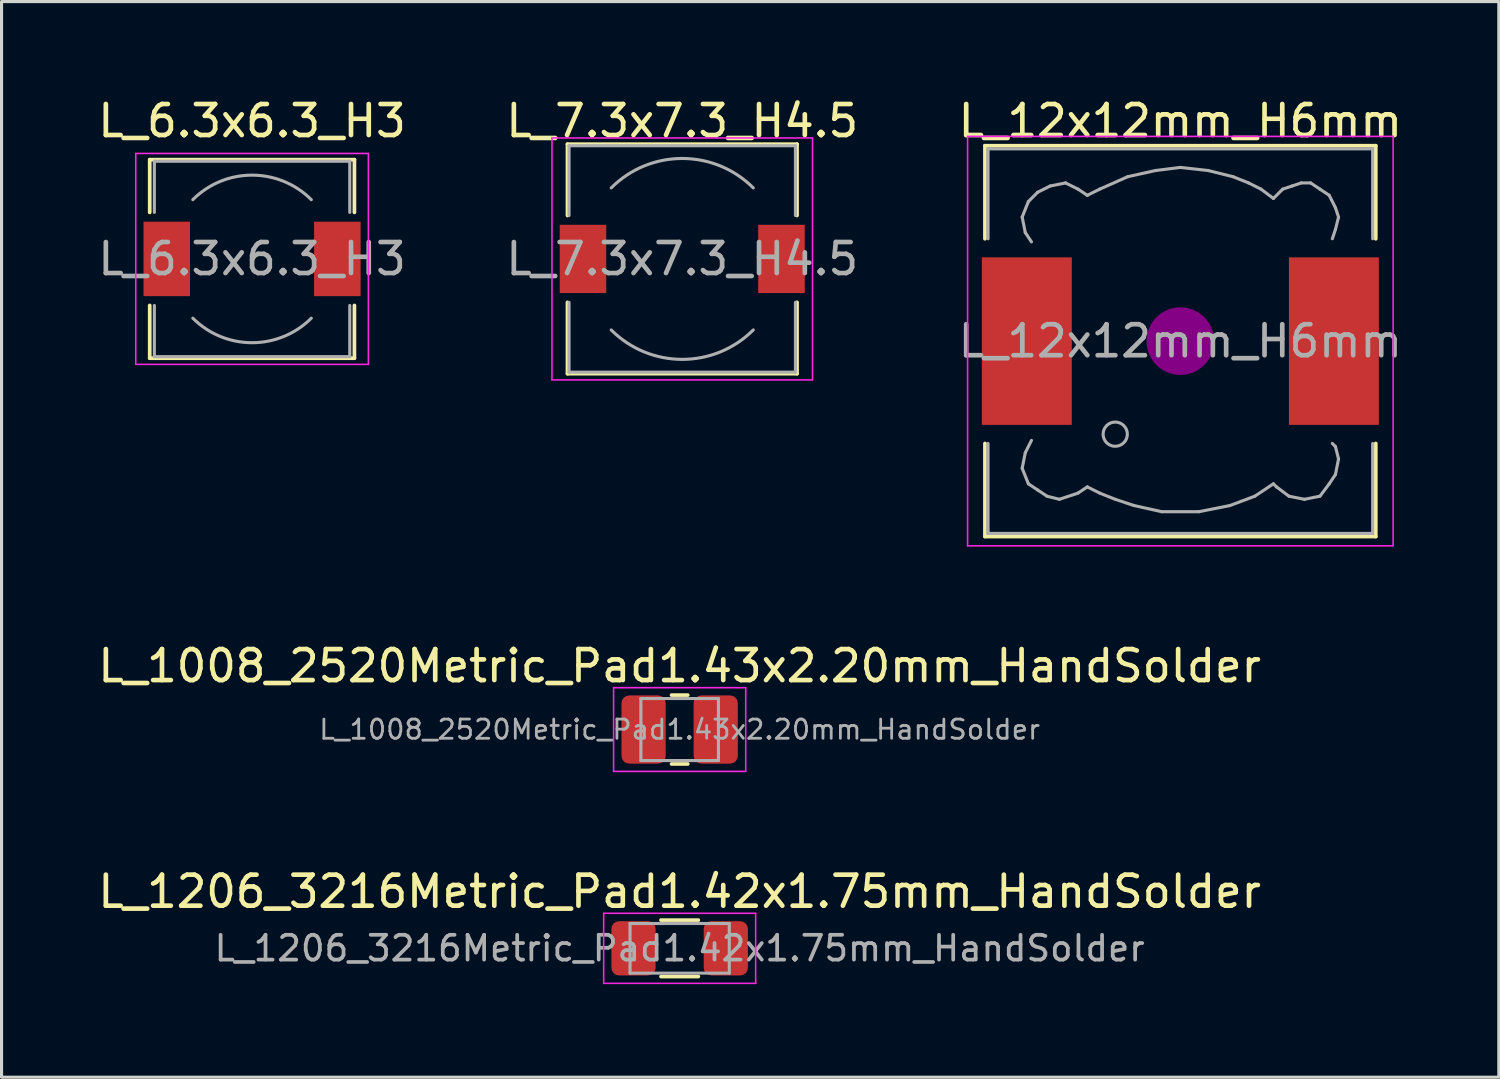
<source format=kicad_pcb>
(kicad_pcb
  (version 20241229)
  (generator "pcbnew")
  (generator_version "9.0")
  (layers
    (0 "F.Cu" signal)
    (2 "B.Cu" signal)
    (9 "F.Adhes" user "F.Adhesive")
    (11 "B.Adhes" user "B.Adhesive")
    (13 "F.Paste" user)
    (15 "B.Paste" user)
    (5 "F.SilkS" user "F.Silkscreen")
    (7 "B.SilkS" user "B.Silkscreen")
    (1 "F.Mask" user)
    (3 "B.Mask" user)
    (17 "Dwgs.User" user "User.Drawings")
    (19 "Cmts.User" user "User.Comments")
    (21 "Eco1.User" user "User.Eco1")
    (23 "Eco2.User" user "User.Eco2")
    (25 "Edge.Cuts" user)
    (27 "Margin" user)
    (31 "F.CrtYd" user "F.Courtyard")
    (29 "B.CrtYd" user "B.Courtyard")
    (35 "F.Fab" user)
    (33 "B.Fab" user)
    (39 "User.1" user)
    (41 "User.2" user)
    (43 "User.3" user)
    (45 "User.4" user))
  (footprint "L_7.3x7.3_H4.5"
    (layer "F.Cu")
    (at 18.946 5.298)
    (property "Reference" "L_7.3x7.3_H4.5" (at 0 -4.45 0) (layer "F.SilkS") (effects (font (size 1 1) (thickness 0.15))))
    (attr smd)
    (fp_line (start -3.7 -3.7) (end 3.7 -3.7) (stroke (width 0.12) (type solid)) (layer "F.SilkS"))
    (fp_line (start -3.7 -1.4) (end -3.7 -3.7) (stroke (width 0.12) (type solid)) (layer "F.SilkS"))
    (fp_line (start -3.7 3.7) (end -3.7 1.4) (stroke (width 0.12) (type solid)) (layer "F.SilkS"))
    (fp_line (start 3.7 -3.7) (end 3.7 -1.4) (stroke (width 0.12) (type solid)) (layer "F.SilkS"))
    (fp_line (start 3.7 1.4) (end 3.7 3.7) (stroke (width 0.12) (type solid)) (layer "F.SilkS"))
    (fp_line (start 3.7 3.7) (end -3.7 3.7) (stroke (width 0.12) (type solid)) (layer "F.SilkS"))
    (fp_line (start -4.2 -3.9) (end -4.2 3.9) (stroke (width 0.05) (type solid)) (layer "F.CrtYd"))
    (fp_line (start -4.2 3.9) (end 4.2 3.9) (stroke (width 0.05) (type solid)) (layer "F.CrtYd"))
    (fp_line (start 4.2 -3.9) (end -4.2 -3.9) (stroke (width 0.05) (type solid)) (layer "F.CrtYd"))
    (fp_line (start 4.2 3.9) (end 4.2 -3.9) (stroke (width 0.05) (type solid)) (layer "F.CrtYd"))
    (fp_line (start -3.65 -3.65) (end -3.65 -1.4) (stroke (width 0.1) (type solid)) (layer "F.Fab"))
    (fp_line (start -3.65 -3.65) (end 3.65 -3.65) (stroke (width 0.1) (type solid)) (layer "F.Fab"))
    (fp_line (start -3.65 3.65) (end -3.65 1.4) (stroke (width 0.1) (type solid)) (layer "F.Fab"))
    (fp_line (start 3.65 -3.65) (end 3.65 -1.4) (stroke (width 0.1) (type solid)) (layer "F.Fab"))
    (fp_line (start 3.65 3.65) (end -3.65 3.65) (stroke (width 0.1) (type solid)) (layer "F.Fab"))
    (fp_line (start 3.65 3.65) (end 3.65 1.4) (stroke (width 0.1) (type solid)) (layer "F.Fab"))
    (fp_arc (start -2.29 -2.29) (mid 0 -3.238549) (end 2.29 -2.29) (stroke (width 0.1) (type solid)) (layer "F.Fab"))
    (fp_arc (start 2.29 2.29) (mid 0 3.238549) (end -2.29 2.29) (stroke (width 0.1) (type solid)) (layer "F.Fab"))
    (fp_text user "${REFERENCE}" (at 0 0 0) (layer "F.Fab") (effects (font (size 1 1) (thickness 0.15))))
    (pad "1" smd rect (at -3.2 0) (size 1.5 2.2) (layers "F.Cu" "F.Mask" "F.Paste"))
    (pad "2" smd rect (at 3.2 0) (size 1.5 2.2) (layers "F.Cu" "F.Mask" "F.Paste")))
  (footprint "L_12x12mm_H6mm"
    (layer "F.Cu")
    (at 35.006 7.948)
    (property "Reference" "L_12x12mm_H6mm" (at 0 -7.1 0) (layer "F.SilkS") (effects (font (size 1 1) (thickness 0.15))))
    (attr smd)
    (fp_line (start -6.3 -6.3) (end 6.3 -6.3) (stroke (width 0.12) (type solid)) (layer "F.SilkS"))
    (fp_line (start -6.3 -3.3) (end -6.3 -6.3) (stroke (width 0.12) (type solid)) (layer "F.SilkS"))
    (fp_line (start -6.3 6.3) (end -6.3 3.3) (stroke (width 0.12) (type solid)) (layer "F.SilkS"))
    (fp_line (start 6.3 -6.3) (end 6.3 -3.3) (stroke (width 0.12) (type solid)) (layer "F.SilkS"))
    (fp_line (start 6.3 3.3) (end 6.3 6.3) (stroke (width 0.12) (type solid)) (layer "F.SilkS"))
    (fp_line (start 6.3 6.3) (end -6.3 6.3) (stroke (width 0.12) (type solid)) (layer "F.SilkS"))
    (fp_circle (center 0 0) (end 0.15 0.15) (stroke (width 0.38) (type solid)) (fill no) (layer "F.Adhes"))
    (fp_circle (center 0 0) (end 0.55 0) (stroke (width 0.38) (type solid)) (fill no) (layer "F.Adhes"))
    (fp_circle (center 0 0) (end 0.9 0) (stroke (width 0.38) (type solid)) (fill no) (layer "F.Adhes"))
    (fp_line (start -6.86 -6.6) (end 6.86 -6.6) (stroke (width 0.05) (type solid)) (layer "F.CrtYd"))
    (fp_line (start -6.86 6.6) (end -6.86 -6.6) (stroke (width 0.05) (type solid)) (layer "F.CrtYd"))
    (fp_line (start 6.86 -6.6) (end 6.86 6.6) (stroke (width 0.05) (type solid)) (layer "F.CrtYd"))
    (fp_line (start 6.86 6.6) (end -6.86 6.6) (stroke (width 0.05) (type solid)) (layer "F.CrtYd"))
    (fp_line (start -6.2 -6.2) (end -6.2 -3.3) (stroke (width 0.1) (type solid)) (layer "F.Fab"))
    (fp_line (start -6.2 3.3) (end -6.2 6.2) (stroke (width 0.1) (type solid)) (layer "F.Fab"))
    (fp_line (start -6.2 6.2) (end 6.2 6.2) (stroke (width 0.1) (type solid)) (layer "F.Fab"))
    (fp_line (start -5.1 -4) (end -5 -3.5) (stroke (width 0.1) (type solid)) (layer "F.Fab"))
    (fp_line (start -5.1 4.1) (end -5 3.6) (stroke (width 0.1) (type solid)) (layer "F.Fab"))
    (fp_line (start -5 -3.5) (end -4.8 -3.2) (stroke (width 0.1) (type solid)) (layer "F.Fab"))
    (fp_line (start -5 3.6) (end -4.8 3.2) (stroke (width 0.1) (type solid)) (layer "F.Fab"))
    (fp_line (start -4.9 -4.5) (end -5.1 -4) (stroke (width 0.1) (type solid)) (layer "F.Fab"))
    (fp_line (start -4.9 4.6) (end -5.1 4.1) (stroke (width 0.1) (type solid)) (layer "F.Fab"))
    (fp_line (start -4.6 -4.8) (end -4.9 -4.5) (stroke (width 0.1) (type solid)) (layer "F.Fab"))
    (fp_line (start -4.6 4.8) (end -4.9 4.6) (stroke (width 0.1) (type solid)) (layer "F.Fab"))
    (fp_line (start -4.3 5) (end -4.6 4.8) (stroke (width 0.1) (type solid)) (layer "F.Fab"))
    (fp_line (start -4.2 -5) (end -4.6 -4.8) (stroke (width 0.1) (type solid)) (layer "F.Fab"))
    (fp_line (start -3.9 5.1) (end -4.3 5) (stroke (width 0.1) (type solid)) (layer "F.Fab"))
    (fp_line (start -3.7 -5.1) (end -4.2 -5) (stroke (width 0.1) (type solid)) (layer "F.Fab"))
    (fp_line (start -3.3 -4.9) (end -3.7 -5.1) (stroke (width 0.1) (type solid)) (layer "F.Fab"))
    (fp_line (start -3.3 4.9) (end -3.9 5.1) (stroke (width 0.1) (type solid)) (layer "F.Fab"))
    (fp_line (start -3 -4.7) (end -3.3 -4.9) (stroke (width 0.1) (type solid)) (layer "F.Fab"))
    (fp_line (start -3 4.7) (end -3.3 4.9) (stroke (width 0.1) (type solid)) (layer "F.Fab"))
    (fp_line (start -2.6 -4.9) (end -3 -4.7) (stroke (width 0.1) (type solid)) (layer "F.Fab"))
    (fp_line (start -2.6 4.9) (end -3 4.7) (stroke (width 0.1) (type solid)) (layer "F.Fab"))
    (fp_line (start -2.1 5.1) (end -2.6 4.9) (stroke (width 0.1) (type solid)) (layer "F.Fab"))
    (fp_line (start -1.7 -5.3) (end -2.6 -4.9) (stroke (width 0.1) (type solid)) (layer "F.Fab"))
    (fp_line (start -1.5 5.3) (end -2.1 5.1) (stroke (width 0.1) (type solid)) (layer "F.Fab"))
    (fp_line (start -0.8 -5.5) (end -1.7 -5.3) (stroke (width 0.1) (type solid)) (layer "F.Fab"))
    (fp_line (start -0.6 5.5) (end -1.5 5.3) (stroke (width 0.1) (type solid)) (layer "F.Fab"))
    (fp_line (start 0 -5.6) (end -0.8 -5.5) (stroke (width 0.1) (type solid)) (layer "F.Fab"))
    (fp_line (start 0.6 5.5) (end -0.6 5.5) (stroke (width 0.1) (type solid)) (layer "F.Fab"))
    (fp_line (start 0.9 -5.5) (end 0 -5.6) (stroke (width 0.1) (type solid)) (layer "F.Fab"))
    (fp_line (start 1.6 5.3) (end 0.6 5.5) (stroke (width 0.1) (type solid)) (layer "F.Fab"))
    (fp_line (start 1.7 -5.3) (end 0.9 -5.5) (stroke (width 0.1) (type solid)) (layer "F.Fab"))
    (fp_line (start 2.2 -5.1) (end 1.7 -5.3) (stroke (width 0.1) (type solid)) (layer "F.Fab"))
    (fp_line (start 2.4 5) (end 1.6 5.3) (stroke (width 0.1) (type solid)) (layer "F.Fab"))
    (fp_line (start 2.6 -4.9) (end 2.2 -5.1) (stroke (width 0.1) (type solid)) (layer "F.Fab"))
    (fp_line (start 3 -4.6) (end 2.6 -4.9) (stroke (width 0.1) (type solid)) (layer "F.Fab"))
    (fp_line (start 3 4.6) (end 2.4 5) (stroke (width 0.1) (type solid)) (layer "F.Fab"))
    (fp_line (start 3.1 4.7) (end 3 4.6) (stroke (width 0.1) (type solid)) (layer "F.Fab"))
    (fp_line (start 3.3 -4.9) (end 3 -4.6) (stroke (width 0.1) (type solid)) (layer "F.Fab"))
    (fp_line (start 3.5 5) (end 3.1 4.7) (stroke (width 0.1) (type solid)) (layer "F.Fab"))
    (fp_line (start 3.6 -5) (end 3.3 -4.9) (stroke (width 0.1) (type solid)) (layer "F.Fab"))
    (fp_line (start 3.9 -5.1) (end 3.6 -5) (stroke (width 0.1) (type solid)) (layer "F.Fab"))
    (fp_line (start 4 5.1) (end 3.5 5) (stroke (width 0.1) (type solid)) (layer "F.Fab"))
    (fp_line (start 4.2 -5.1) (end 3.9 -5.1) (stroke (width 0.1) (type solid)) (layer "F.Fab"))
    (fp_line (start 4.5 -4.9) (end 4.2 -5.1) (stroke (width 0.1) (type solid)) (layer "F.Fab"))
    (fp_line (start 4.5 5) (end 4 5.1) (stroke (width 0.1) (type solid)) (layer "F.Fab"))
    (fp_line (start 4.8 -4.7) (end 4.5 -4.9) (stroke (width 0.1) (type solid)) (layer "F.Fab"))
    (fp_line (start 4.8 4.6) (end 4.5 5) (stroke (width 0.1) (type solid)) (layer "F.Fab"))
    (fp_line (start 4.9 -3.3) (end 5 -3.6) (stroke (width 0.1) (type solid)) (layer "F.Fab"))
    (fp_line (start 4.9 3.3) (end 5 3.4) (stroke (width 0.1) (type solid)) (layer "F.Fab"))
    (fp_line (start 5 -4.3) (end 4.8 -4.7) (stroke (width 0.1) (type solid)) (layer "F.Fab"))
    (fp_line (start 5 -3.6) (end 5.1 -4) (stroke (width 0.1) (type solid)) (layer "F.Fab"))
    (fp_line (start 5 3.4) (end 5.1 3.8) (stroke (width 0.1) (type solid)) (layer "F.Fab"))
    (fp_line (start 5 4.3) (end 4.8 4.6) (stroke (width 0.1) (type solid)) (layer "F.Fab"))
    (fp_line (start 5.1 -4) (end 5 -4.3) (stroke (width 0.1) (type solid)) (layer "F.Fab"))
    (fp_line (start 5.1 3.8) (end 5 4.3) (stroke (width 0.1) (type solid)) (layer "F.Fab"))
    (fp_line (start 6.2 -6.2) (end -6.2 -6.2) (stroke (width 0.1) (type solid)) (layer "F.Fab"))
    (fp_line (start 6.2 -6.2) (end 6.2 -3.3) (stroke (width 0.1) (type solid)) (layer "F.Fab"))
    (fp_line (start 6.2 6.2) (end 6.2 3.3) (stroke (width 0.1) (type solid)) (layer "F.Fab"))
    (fp_circle (center -2.1 3) (end -1.8 3.25) (stroke (width 0.1) (type solid)) (fill no) (layer "F.Fab"))
    (fp_text user "${REFERENCE}" (at 0 0 0) (layer "F.Fab") (effects (font (size 1 1) (thickness 0.15))))
    (pad "1" smd rect (at -4.95 0) (size 2.9 5.4) (layers "F.Cu" "F.Mask" "F.Paste"))
    (pad "2" smd rect (at 4.95 0) (size 2.9 5.4) (layers "F.Cu" "F.Mask" "F.Paste")))
  (footprint "L_1206_3216Metric_Pad1.42x1.75mm_HandSolder"
    (layer "F.Cu")
    (at 18.863 27.525)
    (property "Reference" "L_1206_3216Metric_Pad1.42x1.75mm_HandSolder" (at 0 -1.83 0) (layer "F.SilkS") (effects (font (size 1 1) (thickness 0.15))))
    (attr smd)
    (fp_line (start -0.602 -0.91) (end 0.602 -0.91) (stroke (width 0.12) (type solid)) (layer "F.SilkS"))
    (fp_line (start -0.602 0.91) (end 0.602 0.91) (stroke (width 0.12) (type solid)) (layer "F.SilkS"))
    (fp_line (start -2.45 -1.13) (end 2.45 -1.13) (stroke (width 0.05) (type solid)) (layer "F.CrtYd"))
    (fp_line (start -2.45 1.13) (end -2.45 -1.13) (stroke (width 0.05) (type solid)) (layer "F.CrtYd"))
    (fp_line (start 2.45 -1.13) (end 2.45 1.13) (stroke (width 0.05) (type solid)) (layer "F.CrtYd"))
    (fp_line (start 2.45 1.13) (end -2.45 1.13) (stroke (width 0.05) (type solid)) (layer "F.CrtYd"))
    (fp_line (start -1.6 -0.8) (end 1.6 -0.8) (stroke (width 0.1) (type solid)) (layer "F.Fab"))
    (fp_line (start -1.6 0.8) (end -1.6 -0.8) (stroke (width 0.1) (type solid)) (layer "F.Fab"))
    (fp_line (start 1.6 -0.8) (end 1.6 0.8) (stroke (width 0.1) (type solid)) (layer "F.Fab"))
    (fp_line (start 1.6 0.8) (end -1.6 0.8) (stroke (width 0.1) (type solid)) (layer "F.Fab"))
    (fp_text user "${REFERENCE}" (at 0 0 0) (layer "F.Fab") (effects (font (size 0.8 0.8) (thickness 0.12))))
    (pad "1" smd roundrect (at -1.488 0) (size 1.425 1.75) (layers "F.Cu" "F.Mask" "F.Paste") (roundrect_rratio 0.175))
    (pad "2" smd roundrect (at 1.488 0) (size 1.425 1.75) (layers "F.Cu" "F.Mask" "F.Paste") (roundrect_rratio 0.175)))
  (footprint "L_1008_2520Metric_Pad1.43x2.20mm_HandSolder"
    (layer "F.Cu")
    (at 18.863 20.471)
    (property "Reference" "L_1008_2520Metric_Pad1.43x2.20mm_HandSolder" (at 0 -2.05 0) (layer "F.SilkS") (effects (font (size 1 1) (thickness 0.15))))
    (attr smd)
    (fp_line (start -0.261 -1.11) (end 0.261 -1.11) (stroke (width 0.12) (type solid)) (layer "F.SilkS"))
    (fp_line (start -0.261 1.11) (end 0.261 1.11) (stroke (width 0.12) (type solid)) (layer "F.SilkS"))
    (fp_line (start -2.13 -1.35) (end 2.13 -1.35) (stroke (width 0.05) (type solid)) (layer "F.CrtYd"))
    (fp_line (start -2.13 1.35) (end -2.13 -1.35) (stroke (width 0.05) (type solid)) (layer "F.CrtYd"))
    (fp_line (start 2.13 -1.35) (end 2.13 1.35) (stroke (width 0.05) (type solid)) (layer "F.CrtYd"))
    (fp_line (start 2.13 1.35) (end -2.13 1.35) (stroke (width 0.05) (type solid)) (layer "F.CrtYd"))
    (fp_line (start -1.25 -1) (end 1.25 -1) (stroke (width 0.1) (type solid)) (layer "F.Fab"))
    (fp_line (start -1.25 1) (end -1.25 -1) (stroke (width 0.1) (type solid)) (layer "F.Fab"))
    (fp_line (start 1.25 -1) (end 1.25 1) (stroke (width 0.1) (type solid)) (layer "F.Fab"))
    (fp_line (start 1.25 1) (end -1.25 1) (stroke (width 0.1) (type solid)) (layer "F.Fab"))
    (fp_text user "${REFERENCE}" (at 0 0 0) (layer "F.Fab") (effects (font (size 0.62 0.62) (thickness 0.09))))
    (pad "1" smd roundrect (at -1.163 0) (size 1.425 2.2) (layers "F.Cu" "F.Mask" "F.Paste") (roundrect_rratio 0.175))
    (pad "2" smd roundrect (at 1.163 0) (size 1.425 2.2) (layers "F.Cu" "F.Mask" "F.Paste") (roundrect_rratio 0.175)))
  (footprint "L_6.3x6.3_H3"
    (layer "F.Cu")
    (at 5.077 5.298)
    (property "Reference" "L_6.3x6.3_H3" (at 0 -4.45 0) (layer "F.SilkS") (effects (font (size 1 1) (thickness 0.15))))
    (attr smd)
    (fp_line (start -3.3 -3.2) (end 3.3 -3.2) (stroke (width 0.12) (type solid)) (layer "F.SilkS"))
    (fp_line (start -3.3 -1.5) (end -3.3 -3.2) (stroke (width 0.12) (type solid)) (layer "F.SilkS"))
    (fp_line (start -3.3 3.2) (end -3.3 1.5) (stroke (width 0.12) (type solid)) (layer "F.SilkS"))
    (fp_line (start 3.3 -3.2) (end 3.3 -1.5) (stroke (width 0.12) (type solid)) (layer "F.SilkS"))
    (fp_line (start 3.3 1.5) (end 3.3 3.2) (stroke (width 0.12) (type solid)) (layer "F.SilkS"))
    (fp_line (start 3.3 3.2) (end -3.3 3.2) (stroke (width 0.12) (type solid)) (layer "F.SilkS"))
    (fp_line (start -3.75 -3.4) (end -3.75 3.4) (stroke (width 0.05) (type solid)) (layer "F.CrtYd"))
    (fp_line (start -3.75 3.4) (end 3.75 3.4) (stroke (width 0.05) (type solid)) (layer "F.CrtYd"))
    (fp_line (start 3.75 -3.4) (end -3.75 -3.4) (stroke (width 0.05) (type solid)) (layer "F.CrtYd"))
    (fp_line (start 3.75 3.4) (end 3.75 -3.4) (stroke (width 0.05) (type solid)) (layer "F.CrtYd"))
    (fp_line (start -3.15 -3.15) (end -3.15 -1.5) (stroke (width 0.1) (type solid)) (layer "F.Fab"))
    (fp_line (start -3.15 -3.15) (end 3.15 -3.15) (stroke (width 0.1) (type solid)) (layer "F.Fab"))
    (fp_line (start -3.15 3.15) (end -3.15 1.5) (stroke (width 0.1) (type solid)) (layer "F.Fab"))
    (fp_line (start -3.15 3.15) (end 3.15 3.15) (stroke (width 0.1) (type solid)) (layer "F.Fab"))
    (fp_line (start 3.15 -3.15) (end 3.15 -1.5) (stroke (width 0.1) (type solid)) (layer "F.Fab"))
    (fp_line (start 3.15 3.15) (end 3.15 1.5) (stroke (width 0.1) (type solid)) (layer "F.Fab"))
    (fp_arc (start -1.91 -1.91) (mid 0 -2.701148) (end 1.91 -1.91) (stroke (width 0.1) (type solid)) (layer "F.Fab"))
    (fp_arc (start 1.91 1.91) (mid 0 2.701148) (end -1.91 1.91) (stroke (width 0.1) (type solid)) (layer "F.Fab"))
    (fp_text user "${REFERENCE}" (at 0 0 0) (layer "F.Fab") (effects (font (size 1 1) (thickness 0.15))))
    (pad "1" smd rect (at -2.75 0) (size 1.5 2.4) (layers "F.Cu" "F.Mask" "F.Paste"))
    (pad "2" smd rect (at 2.75 0) (size 1.5 2.4) (layers "F.Cu" "F.Mask" "F.Paste")))
  (gr_rect
    (start -3 -3)
    (end 45.274 31.68)
    (stroke (width 0.1) (type default))
    (fill no)
    (layer "Edge.Cuts")))
</source>
